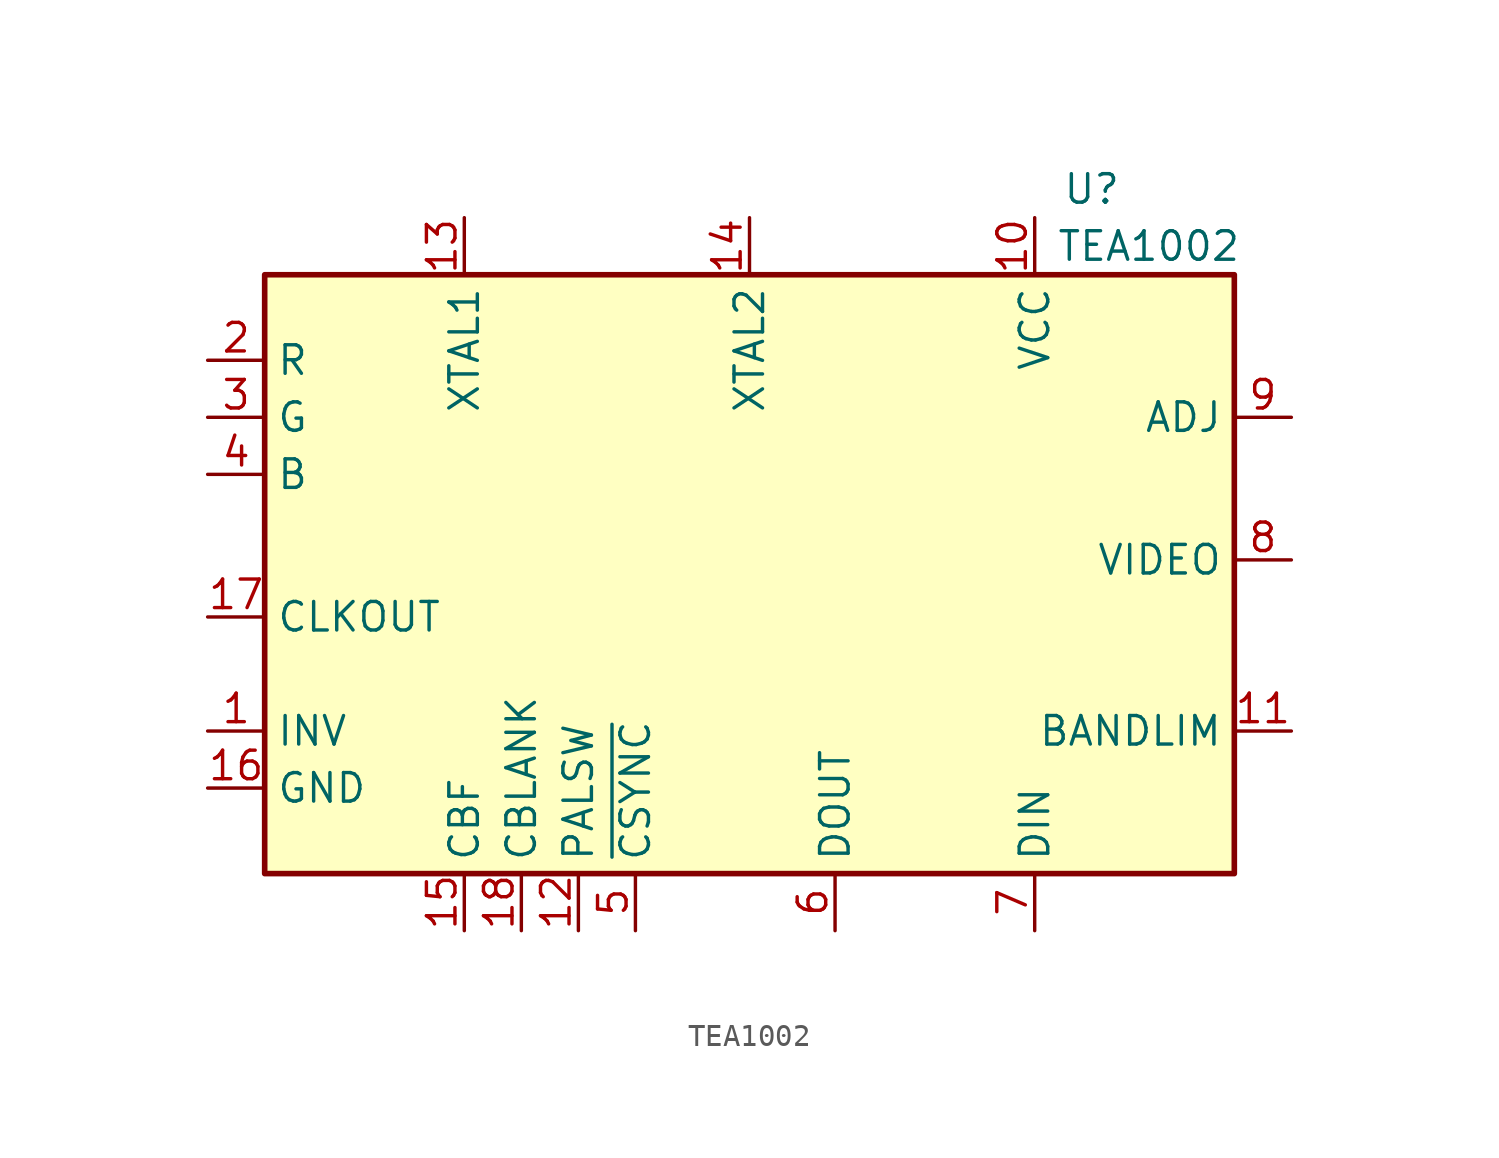
<source format=kicad_sym>
(kicad_symbol_lib
  (version 20220914)
  (generator kicad_symbol_editor)
  (symbol "TEA1002"
    (property "Reference" "U"
      (at 15.24 3.81 0)
      (effects (font (size 1.27 1.27))))
    (property "Value" "TEA1002"
      (at 17.78 1.27 0)
      (effects (font (size 1.27 1.27))))
    (symbol "TEA1002_1_1"
      (rectangle (start -21.59 0) (end 21.59 -26.67) (stroke (width 0.25) (type default)) (fill (type background)))
      (pin input line (at -24.13 -20.32 0) (length 2.54) (name "INV" (effects (font (size 1.27 1.27)))) (number "1" (effects (font (size 1.27 1.27)))))
      (pin power_in line (at 12.7 2.54 270) (length 2.54) (name "VCC" (effects (font (size 1.27 1.27)))) (number "10" (effects (font (size 1.27 1.27)))))
      (pin input line (at 24.13 -20.32 180) (length 2.54) (name "BANDLIM" (effects (font (size 1.27 1.27)))) (number "11" (effects (font (size 1.27 1.27)))))
      (pin input line (at -7.62 -29.21 90) (length 2.54) (name "PALSW" (effects (font (size 1.27 1.27)))) (number "12" (effects (font (size 1.27 1.27)))))
      (pin output line (at -12.7 2.54 270) (length 2.54) (name "XTAL1" (effects (font (size 1.27 1.27)))) (number "13" (effects (font (size 1.27 1.27)))))
      (pin input line (at 0 2.54 270) (length 2.54) (name "XTAL2" (effects (font (size 1.27 1.27)))) (number "14" (effects (font (size 1.27 1.27)))))
      (pin input line (at -12.7 -29.21 90) (length 2.54) (name "CBF" (effects (font (size 1.27 1.27)))) (number "15" (effects (font (size 1.27 1.27)))))
      (pin input line (at -24.13 -22.86 0) (length 2.54) (name "GND" (effects (font (size 1.27 1.27)))) (number "16" (effects (font (size 1.27 1.27)))))
      (pin output line (at -24.13 -15.24 0) (length 2.54) (name "CLKOUT" (effects (font (size 1.27 1.27)))) (number "17" (effects (font (size 1.27 1.27)))))
      (pin input line (at -10.16 -29.21 90) (length 2.54) (name "CBLANK" (effects (font (size 1.27 1.27)))) (number "18" (effects (font (size 1.27 1.27)))))
      (pin input line (at -24.13 -3.81 0) (length 2.54) (name "R" (effects (font (size 1.27 1.27)))) (number "2" (effects (font (size 1.27 1.27)))))
      (pin input line (at -24.13 -6.35 0) (length 2.54) (name "G" (effects (font (size 1.27 1.27)))) (number "3" (effects (font (size 1.27 1.27)))))
      (pin input line (at -24.13 -8.89 0) (length 2.54) (name "B" (effects (font (size 1.27 1.27)))) (number "4" (effects (font (size 1.27 1.27)))))
      (pin input line (at -5.08 -29.21 90) (length 2.54) (name "~{CSYNC}" (effects (font (size 1.27 1.27)))) (number "5" (effects (font (size 1.27 1.27)))))
      (pin output line (at 3.81 -29.21 90) (length 2.54) (name "DOUT" (effects (font (size 1.27 1.27)))) (number "6" (effects (font (size 1.27 1.27)))))
      (pin input line (at 12.7 -29.21 90) (length 2.54) (name "DIN" (effects (font (size 1.27 1.27)))) (number "7" (effects (font (size 1.27 1.27)))))
      (pin output line (at 24.13 -12.7 180) (length 2.54) (name "VIDEO" (effects (font (size 1.27 1.27)))) (number "8" (effects (font (size 1.27 1.27)))))
      (pin input line (at 24.13 -6.35 180) (length 2.54) (name "ADJ" (effects (font (size 1.27 1.27)))) (number "9" (effects (font (size 1.27 1.27))))))))
</source>
